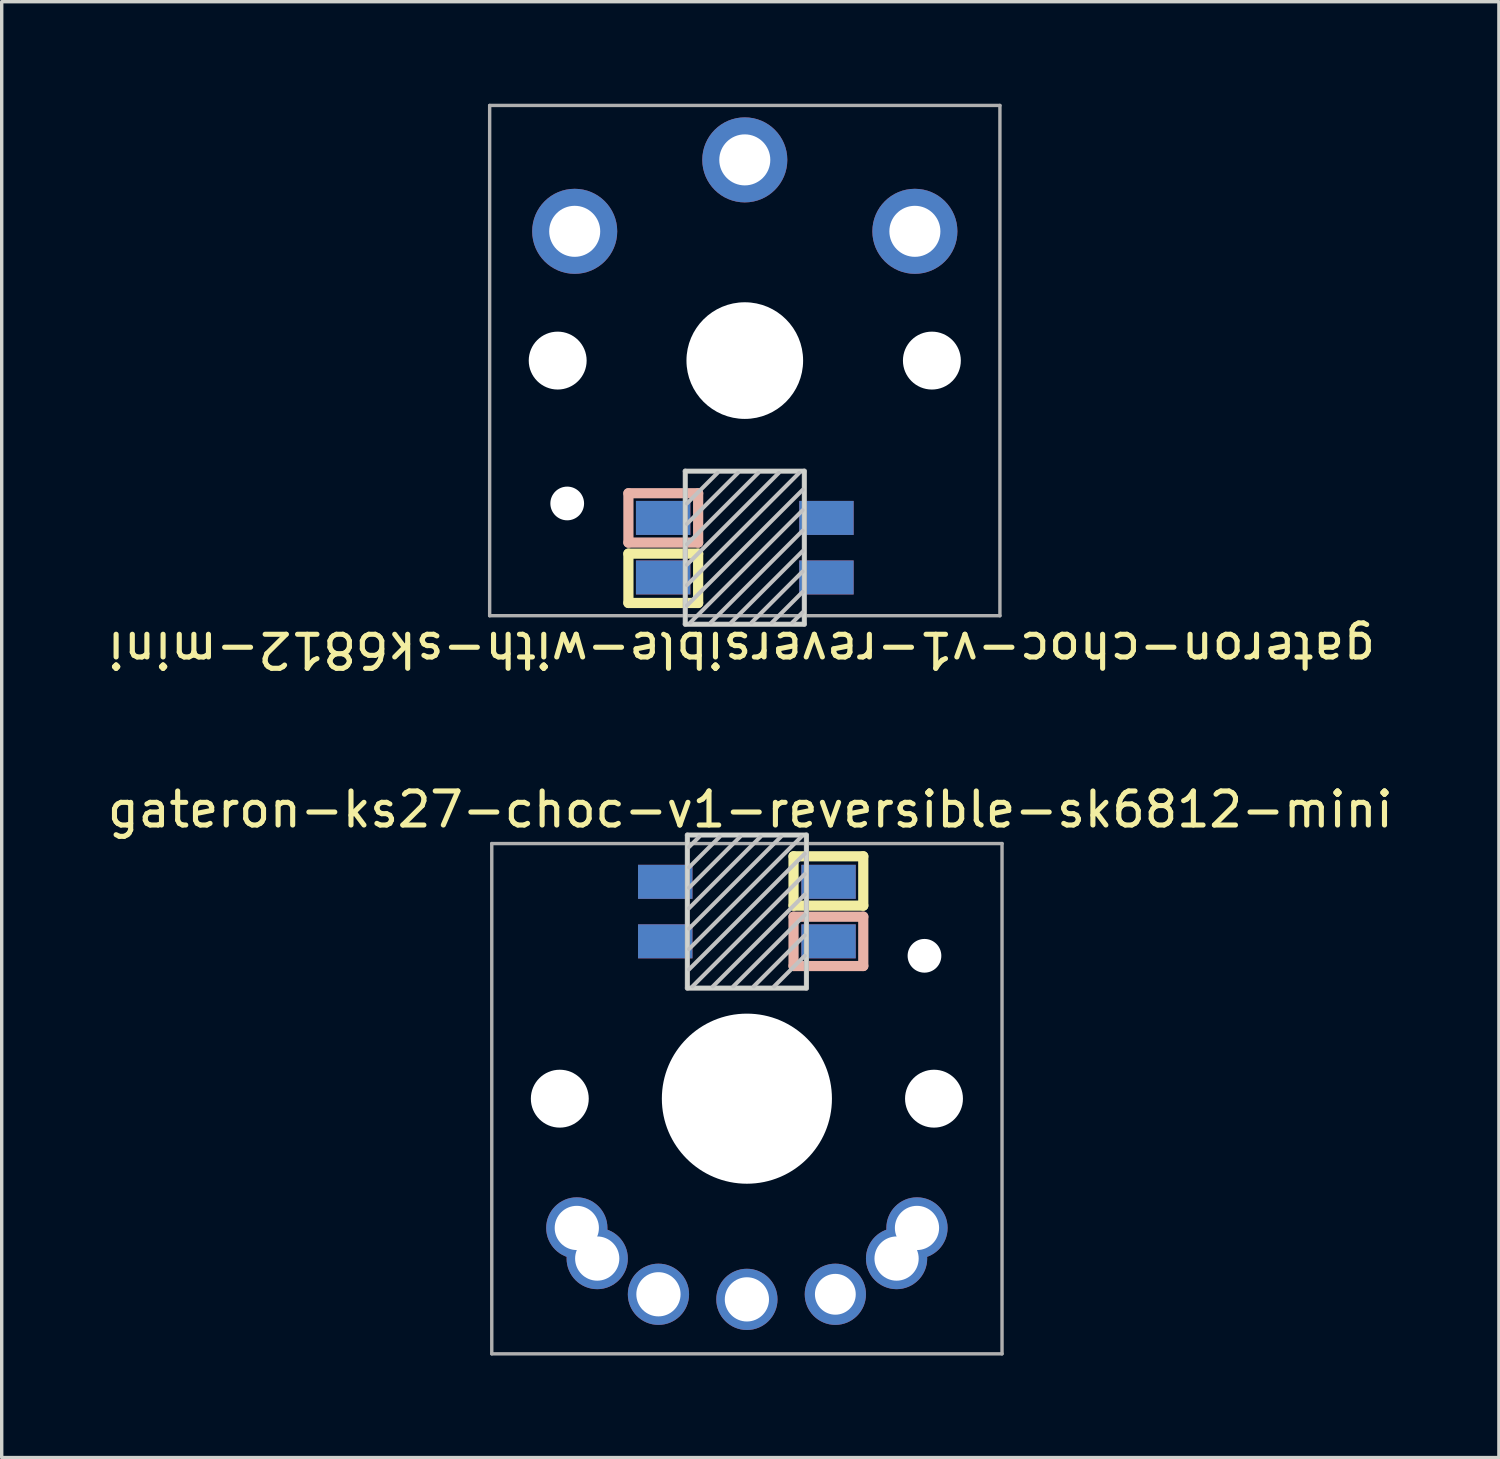
<source format=kicad_pcb>
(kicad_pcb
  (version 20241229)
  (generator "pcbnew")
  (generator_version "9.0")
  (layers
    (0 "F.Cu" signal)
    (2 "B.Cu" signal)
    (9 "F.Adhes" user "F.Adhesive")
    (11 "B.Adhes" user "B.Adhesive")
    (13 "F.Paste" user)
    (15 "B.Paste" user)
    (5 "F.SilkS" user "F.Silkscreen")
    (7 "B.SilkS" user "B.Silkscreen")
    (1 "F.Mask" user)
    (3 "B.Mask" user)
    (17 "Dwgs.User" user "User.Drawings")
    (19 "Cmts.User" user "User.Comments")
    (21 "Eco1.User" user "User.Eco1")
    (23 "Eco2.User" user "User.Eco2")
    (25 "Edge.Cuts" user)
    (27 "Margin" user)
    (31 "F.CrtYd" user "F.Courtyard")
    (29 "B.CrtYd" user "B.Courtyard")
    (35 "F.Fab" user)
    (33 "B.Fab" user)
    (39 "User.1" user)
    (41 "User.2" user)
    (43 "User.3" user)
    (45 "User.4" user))
  (footprint "gateron-ks27-choc-v1-reversible-sk6812-mini"
    (layer "F.Cu")
    (at 18.906 29.247)
    (property "Reference" "gateron-ks27-choc-v1-reversible-sk6812-mini" (at 0.1 -8.5 0) (unlocked yes) (layer "F.SilkS") (effects (font (size 1 1) (thickness 0.15))))
    (attr through_hole)
    (fp_line (start 1.371 -7.125) (end 3.421 -7.125) (stroke (width 0.3) (type solid)) (layer "F.SilkS"))
    (fp_line (start 1.371 -5.675) (end 1.371 -7.125) (stroke (width 0.3) (type solid)) (layer "F.SilkS"))
    (fp_line (start 3.421 -7.125) (end 3.421 -5.675) (stroke (width 0.3) (type solid)) (layer "F.SilkS"))
    (fp_line (start 3.421 -5.675) (end 1.371 -5.675) (stroke (width 0.3) (type solid)) (layer "F.SilkS"))
    (fp_line (start 1.371 -5.35) (end 3.421 -5.35) (stroke (width 0.3) (type solid)) (layer "B.SilkS"))
    (fp_line (start 1.371 -3.9) (end 1.371 -5.35) (stroke (width 0.3) (type solid)) (layer "B.SilkS"))
    (fp_line (start 3.421 -5.35) (end 3.421 -3.9) (stroke (width 0.3) (type solid)) (layer "B.SilkS"))
    (fp_line (start 3.421 -3.9) (end 1.371 -3.9) (stroke (width 0.3) (type solid)) (layer "B.SilkS"))
    (fp_line (start -1.7 -7.4) (end -1.4 -7.7) (stroke (width 0.12) (type solid)) (layer "Dwgs.User"))
    (fp_line (start -1.7 -6.8) (end -0.8 -7.7) (stroke (width 0.12) (type solid)) (layer "Dwgs.User"))
    (fp_line (start -1.7 -6.2) (end -0.2 -7.7) (stroke (width 0.12) (type solid)) (layer "Dwgs.User"))
    (fp_line (start -1.7 -5.6) (end 0.4 -7.7) (stroke (width 0.12) (type solid)) (layer "Dwgs.User"))
    (fp_line (start -1.7 -5) (end 1 -7.7) (stroke (width 0.12) (type solid)) (layer "Dwgs.User"))
    (fp_line (start -1.7 -4.4) (end 1.6 -7.7) (stroke (width 0.12) (type solid)) (layer "Dwgs.User"))
    (fp_line (start -1.7 -3.8) (end 1.7 -7.2) (stroke (width 0.12) (type solid)) (layer "Dwgs.User"))
    (fp_line (start -1.6 -3.3) (end 1.7 -6.6) (stroke (width 0.12) (type solid)) (layer "Dwgs.User"))
    (fp_line (start -1 -3.3) (end 1.7 -6) (stroke (width 0.12) (type solid)) (layer "Dwgs.User"))
    (fp_line (start -0.4 -3.3) (end 1.7 -5.4) (stroke (width 0.12) (type solid)) (layer "Dwgs.User"))
    (fp_line (start 0.2 -3.3) (end 1.7 -4.8) (stroke (width 0.12) (type solid)) (layer "Dwgs.User"))
    (fp_line (start 0.8 -3.3) (end 1.7 -4.2) (stroke (width 0.12) (type solid)) (layer "Dwgs.User"))
    (fp_line (start -7 -7) (end -7 7) (stroke (width 0.12) (type solid)) (layer "Eco2.User"))
    (fp_line (start -7 7) (end 7 7) (stroke (width 0.12) (type solid)) (layer "Eco2.User"))
    (fp_line (start 7 -7) (end -7 -7) (stroke (width 0.12) (type solid)) (layer "Eco2.User"))
    (fp_line (start 7 7) (end 7 -7) (stroke (width 0.12) (type solid)) (layer "Eco2.User"))
    (fp_rect (start -1.75 -7.75) (end 1.75 -3.25) (stroke (width 0.12) (type solid)) (fill no) (layer "Edge.Cuts"))
    (fp_line (start -7.5 -7.5) (end -7.5 7.5) (stroke (width 0.1) (type solid)) (layer "F.Fab"))
    (fp_line (start -7.5 7.5) (end 7.5 7.5) (stroke (width 0.1) (type solid)) (layer "F.Fab"))
    (fp_line (start -1.75 -7.75) (end 1.75 -7.75) (stroke (width 0.15) (type solid)) (layer "F.Fab"))
    (fp_line (start -1.75 -3.25) (end -1.75 -7.75) (stroke (width 0.15) (type solid)) (layer "F.Fab"))
    (fp_line (start 1.75 -3.25) (end -1.75 -3.25) (stroke (width 0.15) (type solid)) (layer "F.Fab"))
    (fp_line (start 1.75 -3.25) (end 1.75 -7.75) (stroke (width 0.15) (type solid)) (layer "F.Fab"))
    (fp_line (start 7.5 -7.5) (end -7.5 -7.5) (stroke (width 0.1) (type solid)) (layer "F.Fab"))
    (fp_line (start 7.5 7.5) (end 7.5 -7.5) (stroke (width 0.1) (type solid)) (layer "F.Fab"))
    (pad "" np_thru_hole circle (at -5.5 0) (size 1.702 1.702) (drill 1.702) (layers "*.Cu" "*.Mask"))
    (pad "" np_thru_hole circle (at 0 0) (size 5 5) (drill 5) (layers "*.Cu" "*.Mask"))
    (pad "" np_thru_hole circle (at 5.22 -4.2) (size 0.991 0.991) (drill 0.991) (layers "*.Cu" "*.Mask"))
    (pad "" np_thru_hole circle (at 5.5 0) (size 1.702 1.702) (drill 1.702) (layers "*.Cu" "*.Mask"))
    (pad "1" thru_hole circle (at -2.6 5.75) (size 1.8 1.8) (drill 1.3) (layers "*.Cu" "*.Mask"))
    (pad "1" thru_hole circle (at 0 5.9) (size 1.8 1.8) (drill 1.3) (layers "*.Cu" "*.Mask"))
    (pad "1" smd rect (at 2.4 -6.375 180) (size 1.6 1) (layers "F.Cu" "F.Mask" "F.Paste"))
    (pad "1" smd rect (at 2.4 -4.625 180) (size 1.6 1) (layers "B.Cu" "B.Mask" "B.Paste"))
    (pad "1" thru_hole circle (at 2.6 5.75) (size 1.8 1.8) (drill 1.2) (layers "*.Cu" "*.Mask"))
    (pad "2" thru_hole circle (at -5 3.8) (size 1.8 1.8) (drill 1.3) (layers "*.Cu" "*.Mask"))
    (pad "2" thru_hole circle (at -4.4 4.7) (size 1.8 1.8) (drill 1.3) (layers "*.Cu" "*.Mask"))
    (pad "2" smd rect (at 2.4 -6.375 180) (size 1.6 1) (layers "B.Cu" "B.Mask" "B.Paste"))
    (pad "2" smd rect (at 2.4 -4.625 180) (size 1.6 1) (layers "F.Cu" "F.Mask" "F.Paste"))
    (pad "2" thru_hole circle (at 4.4 4.7) (size 1.8 1.8) (drill 1.3) (layers "*.Cu" "*.Mask"))
    (pad "2" thru_hole circle (at 5 3.8) (size 1.8 1.8) (drill 1.3) (layers "*.Cu" "*.Mask"))
    (pad "3" smd rect (at -2.4 -6.375 180) (size 1.6 1) (layers "B.Cu" "B.Mask" "B.Paste"))
    (pad "3" smd rect (at -2.4 -4.625 180) (size 1.6 1) (layers "F.Cu" "F.Mask" "F.Paste"))
    (pad "4" smd rect (at -2.4 -6.375 180) (size 1.6 1) (layers "F.Cu" "F.Mask" "F.Paste"))
    (pad "4" smd rect (at -2.4 -4.625 180) (size 1.6 1) (layers "B.Cu" "B.Mask" "B.Paste")))
  (footprint "gateron-choc-v1-reversible-with-sk6812-mini"
    (layer "F.Cu")
    (at 18.844 7.55)
    (property "Reference" "gateron-choc-v1-reversible-with-sk6812-mini" (at -0.1 8.5 180) (unlocked yes) (layer "F.SilkS") (effects (font (size 1 1) (thickness 0.15))))
    (attr through_hole)
    (fp_line (start -3.421 5.675) (end -1.371 5.675) (stroke (width 0.3) (type solid)) (layer "F.SilkS"))
    (fp_line (start -3.421 7.125) (end -3.421 5.675) (stroke (width 0.3) (type solid)) (layer "F.SilkS"))
    (fp_line (start -1.371 5.675) (end -1.371 7.125) (stroke (width 0.3) (type solid)) (layer "F.SilkS"))
    (fp_line (start -1.371 7.125) (end -3.421 7.125) (stroke (width 0.3) (type solid)) (layer "F.SilkS"))
    (fp_line (start -3.421 3.9) (end -1.371 3.9) (stroke (width 0.3) (type solid)) (layer "B.SilkS"))
    (fp_line (start -3.421 5.35) (end -3.421 3.9) (stroke (width 0.3) (type solid)) (layer "B.SilkS"))
    (fp_line (start -1.371 3.9) (end -1.371 5.35) (stroke (width 0.3) (type solid)) (layer "B.SilkS"))
    (fp_line (start -1.371 5.35) (end -3.421 5.35) (stroke (width 0.3) (type solid)) (layer "B.SilkS"))
    (fp_line (start -0.8 3.3) (end -1.7 4.2) (stroke (width 0.12) (type solid)) (layer "Dwgs.User"))
    (fp_line (start -0.2 3.3) (end -1.7 4.8) (stroke (width 0.12) (type solid)) (layer "Dwgs.User"))
    (fp_line (start 0.4 3.3) (end -1.7 5.4) (stroke (width 0.12) (type solid)) (layer "Dwgs.User"))
    (fp_line (start 1 3.3) (end -1.7 6) (stroke (width 0.12) (type solid)) (layer "Dwgs.User"))
    (fp_line (start 1.6 3.3) (end -1.7 6.6) (stroke (width 0.12) (type solid)) (layer "Dwgs.User"))
    (fp_line (start 1.7 3.8) (end -1.7 7.2) (stroke (width 0.12) (type solid)) (layer "Dwgs.User"))
    (fp_line (start 1.7 4.4) (end -1.6 7.7) (stroke (width 0.12) (type solid)) (layer "Dwgs.User"))
    (fp_line (start 1.7 5) (end -1 7.7) (stroke (width 0.12) (type solid)) (layer "Dwgs.User"))
    (fp_line (start 1.7 5.6) (end -0.4 7.7) (stroke (width 0.12) (type solid)) (layer "Dwgs.User"))
    (fp_line (start 1.7 6.2) (end 0.2 7.7) (stroke (width 0.12) (type solid)) (layer "Dwgs.User"))
    (fp_line (start 1.7 6.8) (end 0.8 7.7) (stroke (width 0.12) (type solid)) (layer "Dwgs.User"))
    (fp_line (start 1.7 7.4) (end 1.4 7.7) (stroke (width 0.12) (type solid)) (layer "Dwgs.User"))
    (fp_line (start -7 -7) (end -7 7) (stroke (width 0.12) (type solid)) (layer "Eco2.User"))
    (fp_line (start -7 7) (end 7 7) (stroke (width 0.12) (type solid)) (layer "Eco2.User"))
    (fp_line (start 7 -7) (end -7 -7) (stroke (width 0.12) (type solid)) (layer "Eco2.User"))
    (fp_line (start 7 7) (end 7 -7) (stroke (width 0.12) (type solid)) (layer "Eco2.User"))
    (fp_rect (start 1.75 7.75) (end -1.75 3.25) (stroke (width 0.12) (type solid)) (fill no) (layer "Edge.Cuts"))
    (fp_line (start -7.5 -7.5) (end -7.5 7.5) (stroke (width 0.1) (type solid)) (layer "F.Fab"))
    (fp_line (start -7.5 7.5) (end 7.5 7.5) (stroke (width 0.1) (type solid)) (layer "F.Fab"))
    (fp_line (start -1.75 3.25) (end -1.75 7.75) (stroke (width 0.15) (type solid)) (layer "F.Fab"))
    (fp_line (start -1.75 3.25) (end 1.75 3.25) (stroke (width 0.15) (type solid)) (layer "F.Fab"))
    (fp_line (start 1.75 3.25) (end 1.75 7.75) (stroke (width 0.15) (type solid)) (layer "F.Fab"))
    (fp_line (start 1.75 7.75) (end -1.75 7.75) (stroke (width 0.15) (type solid)) (layer "F.Fab"))
    (fp_line (start 7.5 -7.5) (end -7.5 -7.5) (stroke (width 0.1) (type solid)) (layer "F.Fab"))
    (fp_line (start 7.5 7.5) (end 7.5 -7.5) (stroke (width 0.1) (type solid)) (layer "F.Fab"))
    (pad "" np_thru_hole circle (at -5.5 0) (size 1.702 1.702) (drill 1.702) (layers "*.Cu" "*.Mask"))
    (pad "" np_thru_hole circle (at -5.22 4.2) (size 0.991 0.991) (drill 0.991) (layers "*.Cu" "*.Mask"))
    (pad "" np_thru_hole circle (at 0 0 180) (size 3.429 3.429) (drill 3.429) (layers "*.Cu" "*.Mask"))
    (pad "" np_thru_hole circle (at 5.5 0) (size 1.702 1.702) (drill 1.702) (layers "*.Cu" "*.Mask"))
    (pad "1" smd rect (at -2.4 4.625) (size 1.6 1) (layers "B.Cu" "B.Mask" "B.Paste"))
    (pad "1" smd rect (at -2.4 6.375) (size 1.6 1) (layers "F.Cu" "F.Mask" "F.Paste"))
    (pad "2" smd rect (at -2.4 4.625) (size 1.6 1) (layers "F.Cu" "F.Mask" "F.Paste"))
    (pad "2" smd rect (at -2.4 6.375) (size 1.6 1) (layers "B.Cu" "B.Mask" "B.Paste"))
    (pad "3" smd rect (at 2.4 4.625) (size 1.6 1) (layers "F.Cu" "F.Mask" "F.Paste"))
    (pad "3" smd rect (at 2.4 6.375) (size 1.6 1) (layers "B.Cu" "B.Mask" "B.Paste"))
    (pad "4" smd rect (at 2.4 4.625) (size 1.6 1) (layers "B.Cu" "B.Mask" "B.Paste"))
    (pad "4" smd rect (at 2.4 6.375) (size 1.6 1) (layers "F.Cu" "F.Mask" "F.Paste"))
    (pad "5" thru_hole circle (at 0 -5.9 180) (size 2.5 2.5) (drill 1.5) (layers "*.Cu" "*.Mask"))
    (pad "6" thru_hole circle (at -5 -3.8 180) (size 2.5 2.5) (drill 1.5) (layers "*.Cu" "*.Mask"))
    (pad "6" thru_hole circle (at 5 -3.8 180) (size 2.5 2.5) (drill 1.5) (layers "*.Cu" "*.Mask")))
  (gr_rect
    (start -3 -3)
    (end 41.012 39.797)
    (stroke (width 0.1) (type default))
    (fill no)
    (layer "Edge.Cuts")))
</source>
